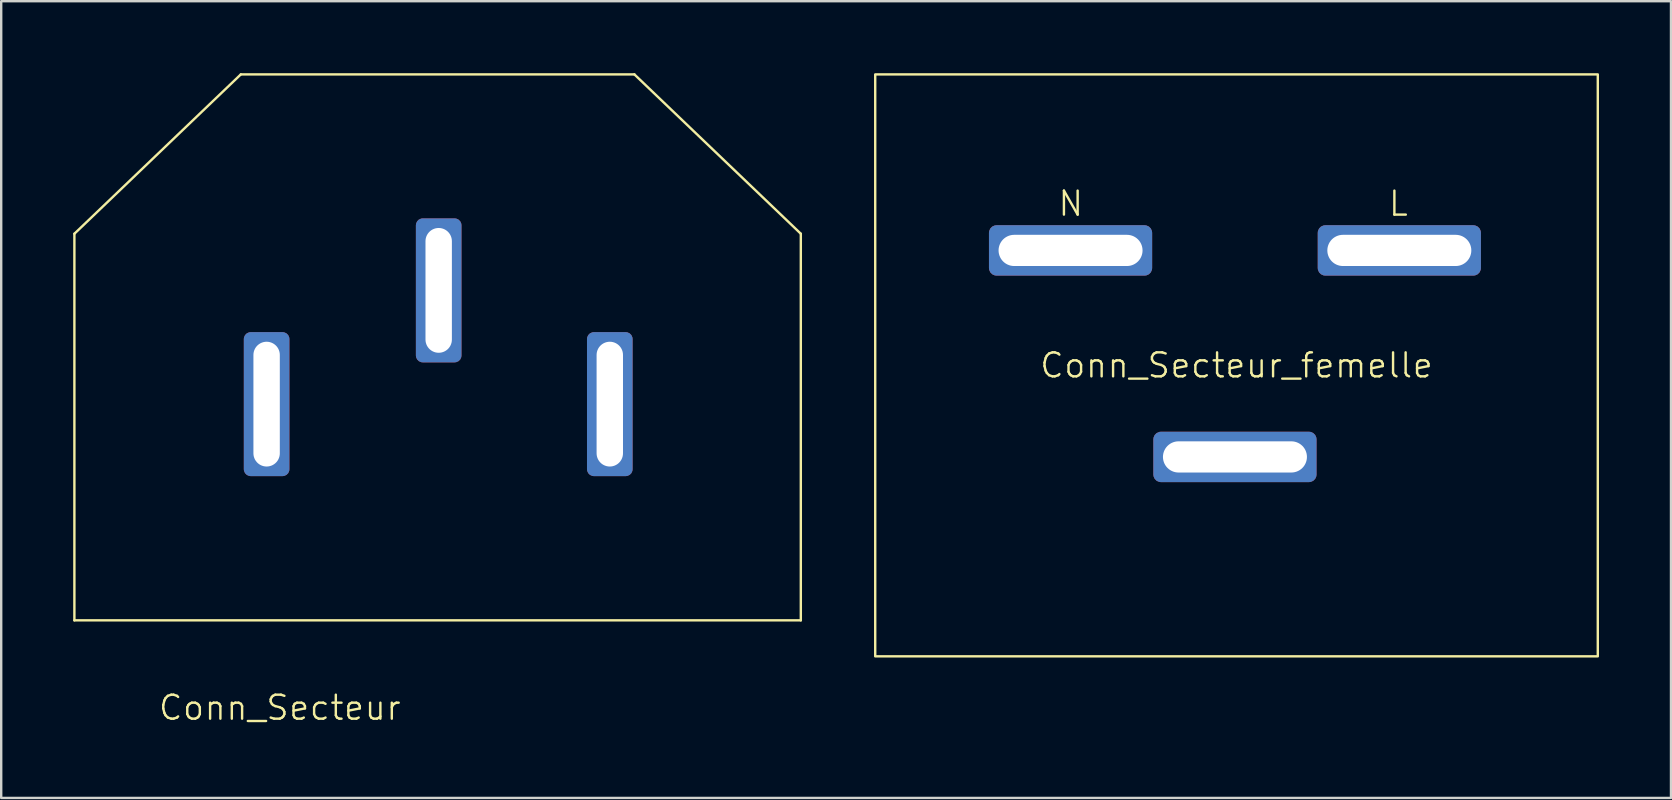
<source format=kicad_pcb>
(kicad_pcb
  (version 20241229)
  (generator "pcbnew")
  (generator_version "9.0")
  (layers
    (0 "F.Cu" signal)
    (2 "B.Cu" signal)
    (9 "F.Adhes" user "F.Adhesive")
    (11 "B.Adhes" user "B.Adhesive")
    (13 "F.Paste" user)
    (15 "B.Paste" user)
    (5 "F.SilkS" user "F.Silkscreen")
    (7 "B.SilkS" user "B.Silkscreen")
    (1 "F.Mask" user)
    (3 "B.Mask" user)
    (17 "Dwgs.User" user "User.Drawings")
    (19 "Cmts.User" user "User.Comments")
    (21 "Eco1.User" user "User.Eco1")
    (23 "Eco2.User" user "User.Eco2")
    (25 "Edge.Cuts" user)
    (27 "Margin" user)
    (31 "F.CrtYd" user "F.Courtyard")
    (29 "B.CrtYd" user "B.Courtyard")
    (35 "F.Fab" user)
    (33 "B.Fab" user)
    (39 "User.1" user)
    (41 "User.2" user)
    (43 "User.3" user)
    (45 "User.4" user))
  (footprint "Conn_Secteur"
    (layer "F.Cu")
    (at 8.06 13.79)
    (property "Reference" "Conn_Secteur" (at 0.55 12.65 0) (unlocked yes) (layer "F.SilkS") (effects (font (size 1 1) (thickness 0.1))))
    (attr smd)
    (fp_line (start -8.01 -7.1) (end -8.01 9.01) (stroke (width 0.1) (type default)) (layer "F.SilkS"))
    (fp_line (start -8.01 9.01) (end 22.26 9.01) (stroke (width 0.1) (type default)) (layer "F.SilkS"))
    (fp_line (start -1.075 -13.74) (end -8.01 -7.1) (stroke (width 0.1) (type default)) (layer "F.SilkS"))
    (fp_line (start 15.325 -13.74) (end -1.075 -13.74) (stroke (width 0.1) (type default)) (layer "F.SilkS"))
    (fp_line (start 22.26 -7.1) (end 15.325 -13.74) (stroke (width 0.1) (type default)) (layer "F.SilkS"))
    (fp_line (start 22.26 9.01) (end 22.26 -7.1) (stroke (width 0.1) (type default)) (layer "F.SilkS"))
    (pad "1" thru_hole roundrect (at 0 0 90) (size 6 1.9) (drill oval 5.2 1.1) (layers "*.Cu" "*.Mask") (roundrect_rratio 0.15))
    (pad "2" thru_hole roundrect (at 14.3 0 90) (size 6 1.9) (drill oval 5.2 1.1) (layers "*.Cu" "*.Mask") (roundrect_rratio 0.15))
    (pad "3" thru_hole roundrect (at 7.17 -4.74 90) (size 6 1.9) (drill oval 5.2 1.1) (layers "*.Cu" "*.Mask") (roundrect_rratio 0.15)))
  (footprint "Conn_Secteur_femelle"
    (layer "F.Cu")
    (at 48.41 15.99)
    (property "Reference" "Conn_Secteur_femelle" (at 0.065 -3.815 0) (unlocked yes) (layer "F.SilkS") (effects (font (size 1 1) (thickness 0.1))))
    (attr smd)
    (fp_rect (start -14.99 -15.94) (end 15.12 8.31) (stroke (width 0.1) (type default)) (fill no) (layer "F.SilkS"))
    (fp_text user "L" (at 6.34 -9.97 0) (unlocked yes) (layer "F.SilkS") (effects (font (size 1 1) (thickness 0.1)) (justify left bottom)))
    (fp_text user "N" (at -7.43 -9.97 0) (unlocked yes) (layer "F.SilkS") (effects (font (size 1 1) (thickness 0.1)) (justify left bottom)))
    (pad "1" thru_hole roundrect (at 6.85 -8.605 180) (size 6.8 2.1) (drill oval 6 1.3) (layers "*.Cu" "*.Mask") (roundrect_rratio 0.15))
    (pad "2" thru_hole roundrect (at -6.85 -8.605 180) (size 6.8 2.1) (drill oval 6 1.3) (layers "*.Cu" "*.Mask") (roundrect_rratio 0.15))
    (pad "3" thru_hole roundrect (at 0 0 180) (size 6.8 2.1) (drill oval 6 1.3) (layers "*.Cu" "*.Mask") (roundrect_rratio 0.15)))
  (gr_rect
    (start -3 -3)
    (end 66.58 30.201)
    (stroke (width 0.1) (type default))
    (fill no)
    (layer "Edge.Cuts")))
</source>
